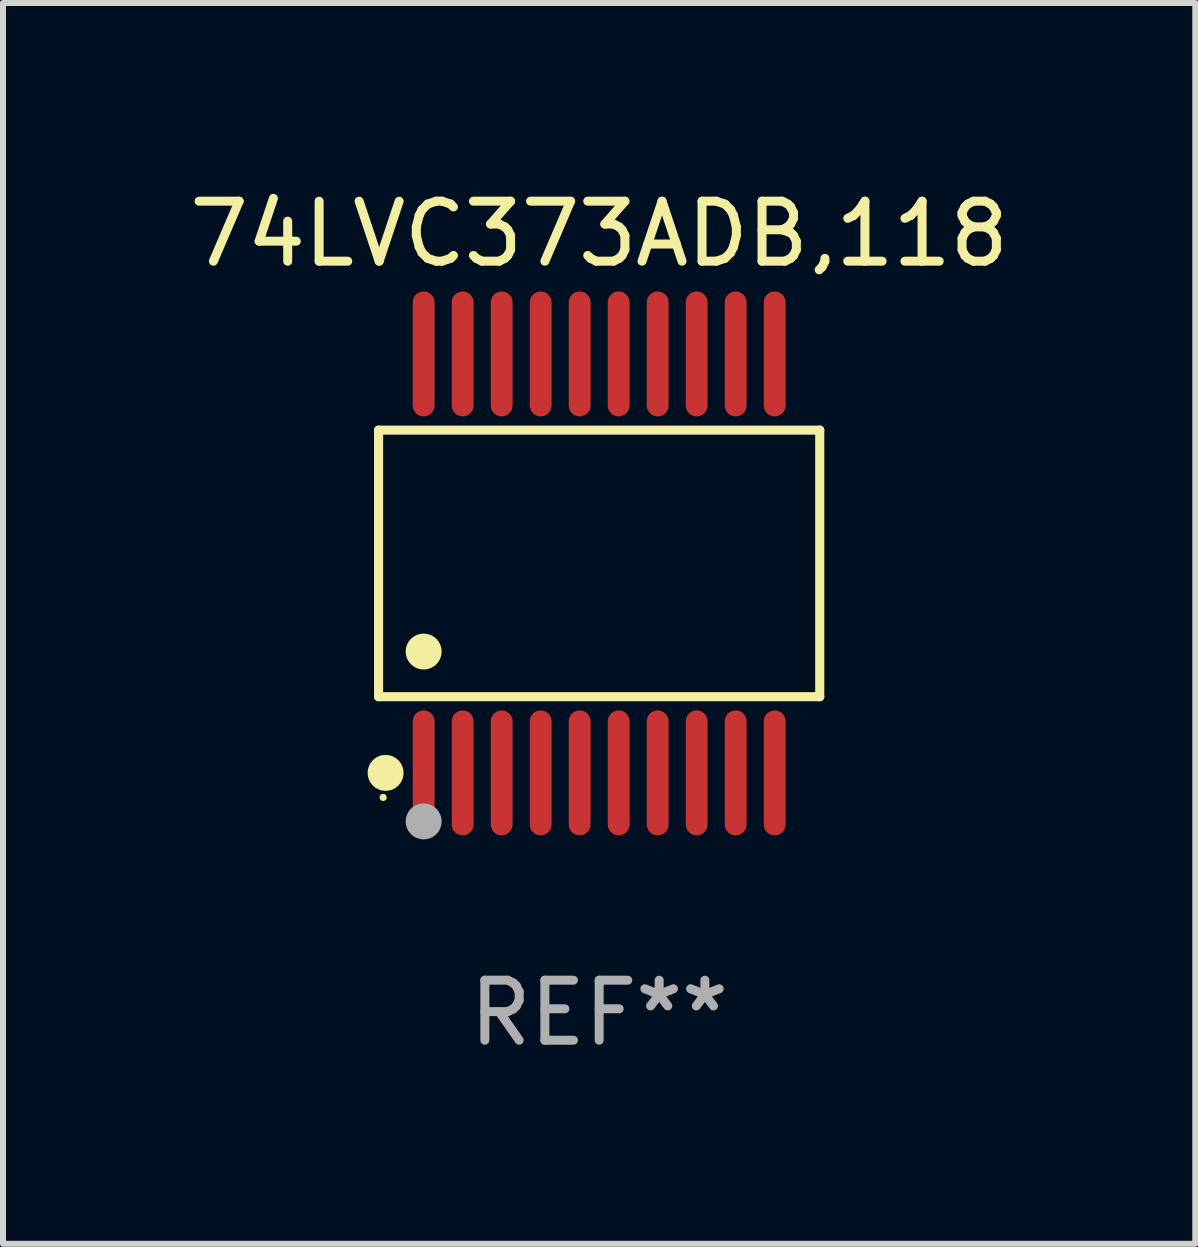
<source format=kicad_pcb>
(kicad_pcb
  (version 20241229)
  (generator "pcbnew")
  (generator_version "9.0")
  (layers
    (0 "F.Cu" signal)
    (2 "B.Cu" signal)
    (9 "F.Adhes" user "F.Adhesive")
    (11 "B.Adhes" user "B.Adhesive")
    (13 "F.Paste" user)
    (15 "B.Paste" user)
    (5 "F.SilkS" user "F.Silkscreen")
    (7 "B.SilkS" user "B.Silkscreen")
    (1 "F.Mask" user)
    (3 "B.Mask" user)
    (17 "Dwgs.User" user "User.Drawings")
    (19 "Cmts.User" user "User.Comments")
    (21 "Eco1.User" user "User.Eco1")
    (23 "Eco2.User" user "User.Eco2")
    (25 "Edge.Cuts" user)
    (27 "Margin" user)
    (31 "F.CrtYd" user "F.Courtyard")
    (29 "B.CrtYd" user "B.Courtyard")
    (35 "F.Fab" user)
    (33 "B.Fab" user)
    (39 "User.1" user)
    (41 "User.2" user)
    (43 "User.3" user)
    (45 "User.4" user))
  (footprint "74LVC373ADB,118"
    (layer "F.Cu")
    (at 6.935 6.339)
    (property "Reference" "74LVC373ADB,118" (at 0 -5.491 0) (layer "F.SilkS") (effects (font (size 1 1) (thickness 0.15))))
    (attr through_hole)
    (fp_line (start -3.676 -2.221) (end 3.676 -2.221) (stroke (width 0.152) (type solid)) (layer "F.SilkS"))
    (fp_line (start -3.676 2.221) (end -3.676 -2.221) (stroke (width 0.152) (type solid)) (layer "F.SilkS"))
    (fp_line (start 3.676 -2.221) (end 3.676 2.221) (stroke (width 0.152) (type solid)) (layer "F.SilkS"))
    (fp_line (start 3.676 2.221) (end -3.676 2.221) (stroke (width 0.152) (type solid)) (layer "F.SilkS"))
    (fp_circle (center -3.6 3.9) (end -3.57 3.9) (stroke (width 0.06) (type solid)) (fill no) (layer "F.SilkS"))
    (fp_circle (center -3.559 3.491) (end -3.409 3.491) (stroke (width 0.3) (type solid)) (fill no) (layer "F.SilkS"))
    (fp_circle (center -2.925 1.469) (end -2.775 1.469) (stroke (width 0.3) (type solid)) (fill no) (layer "F.SilkS"))
    (fp_circle (center -2.925 4.3) (end -2.775 4.3) (stroke (width 0.3) (type solid)) (fill no) (layer "F.Fab"))
    (fp_text user "REF**" (at 0 7.491 0) (layer "F.Fab") (effects (font (size 1 1) (thickness 0.15))))
    (pad "1" smd oval (at -2.925 3.491) (size 0.364 2.082) (layers "F.Cu" "F.Mask" "F.Paste"))
    (pad "2" smd oval (at -2.275 3.491) (size 0.364 2.082) (layers "F.Cu" "F.Mask" "F.Paste"))
    (pad "3" smd oval (at -1.625 3.491) (size 0.364 2.082) (layers "F.Cu" "F.Mask" "F.Paste"))
    (pad "4" smd oval (at -0.975 3.491) (size 0.364 2.082) (layers "F.Cu" "F.Mask" "F.Paste"))
    (pad "5" smd oval (at -0.325 3.491) (size 0.364 2.082) (layers "F.Cu" "F.Mask" "F.Paste"))
    (pad "6" smd oval (at 0.325 3.491) (size 0.364 2.082) (layers "F.Cu" "F.Mask" "F.Paste"))
    (pad "7" smd oval (at 0.975 3.491) (size 0.364 2.082) (layers "F.Cu" "F.Mask" "F.Paste"))
    (pad "8" smd oval (at 1.625 3.491) (size 0.364 2.082) (layers "F.Cu" "F.Mask" "F.Paste"))
    (pad "9" smd oval (at 2.275 3.491) (size 0.364 2.082) (layers "F.Cu" "F.Mask" "F.Paste"))
    (pad "10" smd oval (at 2.925 3.491) (size 0.364 2.082) (layers "F.Cu" "F.Mask" "F.Paste"))
    (pad "11" smd oval (at 2.925 -3.491) (size 0.364 2.082) (layers "F.Cu" "F.Mask" "F.Paste"))
    (pad "12" smd oval (at 2.275 -3.491) (size 0.364 2.082) (layers "F.Cu" "F.Mask" "F.Paste"))
    (pad "13" smd oval (at 1.625 -3.491) (size 0.364 2.082) (layers "F.Cu" "F.Mask" "F.Paste"))
    (pad "14" smd oval (at 0.975 -3.491) (size 0.364 2.082) (layers "F.Cu" "F.Mask" "F.Paste"))
    (pad "15" smd oval (at 0.325 -3.491) (size 0.364 2.082) (layers "F.Cu" "F.Mask" "F.Paste"))
    (pad "16" smd oval (at -0.325 -3.491) (size 0.364 2.082) (layers "F.Cu" "F.Mask" "F.Paste"))
    (pad "17" smd oval (at -0.975 -3.491) (size 0.364 2.082) (layers "F.Cu" "F.Mask" "F.Paste"))
    (pad "18" smd oval (at -1.625 -3.491) (size 0.364 2.082) (layers "F.Cu" "F.Mask" "F.Paste"))
    (pad "19" smd oval (at -2.275 -3.491) (size 0.364 2.082) (layers "F.Cu" "F.Mask" "F.Paste"))
    (pad "20" smd oval (at -2.925 -3.491) (size 0.364 2.082) (layers "F.Cu" "F.Mask" "F.Paste")))
  (gr_rect
    (start -3 -3)
    (end 16.869 17.678)
    (stroke (width 0.1) (type default))
    (fill no)
    (layer "Edge.Cuts")))
</source>
